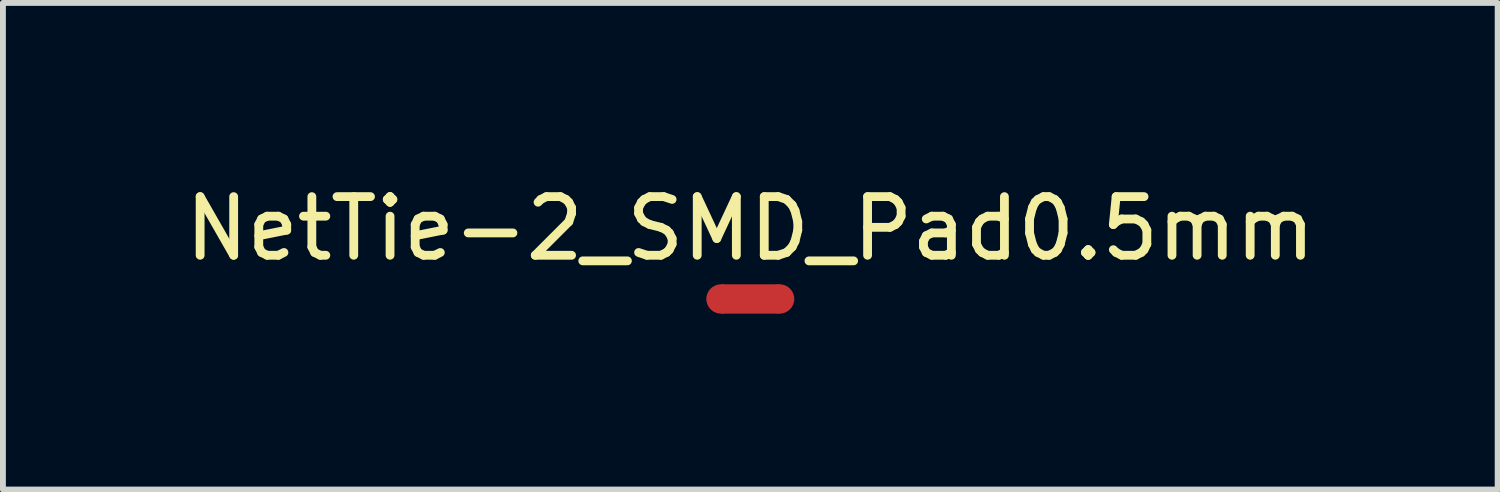
<source format=kicad_pcb>
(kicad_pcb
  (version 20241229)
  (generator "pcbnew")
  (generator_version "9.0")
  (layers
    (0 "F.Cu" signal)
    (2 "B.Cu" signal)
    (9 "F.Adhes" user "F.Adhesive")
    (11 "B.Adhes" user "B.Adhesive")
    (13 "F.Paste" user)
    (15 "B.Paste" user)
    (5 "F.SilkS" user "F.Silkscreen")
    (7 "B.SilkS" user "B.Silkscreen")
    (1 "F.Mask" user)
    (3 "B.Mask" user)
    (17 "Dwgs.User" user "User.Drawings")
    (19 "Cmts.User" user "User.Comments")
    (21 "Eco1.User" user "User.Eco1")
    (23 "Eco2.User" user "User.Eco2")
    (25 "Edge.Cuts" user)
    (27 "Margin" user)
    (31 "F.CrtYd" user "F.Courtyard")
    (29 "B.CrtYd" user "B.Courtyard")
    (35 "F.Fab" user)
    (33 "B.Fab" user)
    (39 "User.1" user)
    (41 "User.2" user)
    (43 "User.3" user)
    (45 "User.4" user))
  (footprint "NetTie-2_SMD_Pad0.5mm"
    (layer "F.Cu")
    (at 9.744 2.048)
    (property "Reference" "NetTie-2_SMD_Pad0.5mm" (at 0 -1.2 0) (layer "F.SilkS") (effects (font (size 1 1) (thickness 0.15))))
    (attr exclude_from_pos_files exclude_from_bom)
    (fp_poly (pts (xy -0.5 -0.25) (xy 0.5 -0.25) (xy 0.5 0.25) (xy -0.5 0.25)) (stroke (width 0) (type solid)) (fill yes) (layer "F.Cu"))
    (pad "1" smd circle (at -0.5 0) (size 0.5 0.5) (layers "F.Cu"))
    (pad "2" smd circle (at 0.5 0) (size 0.5 0.5) (layers "F.Cu")))
  (gr_rect
    (start -3 -3)
    (end 22.488 5.298)
    (stroke (width 0.1) (type default))
    (fill no)
    (layer "Edge.Cuts")))
</source>
